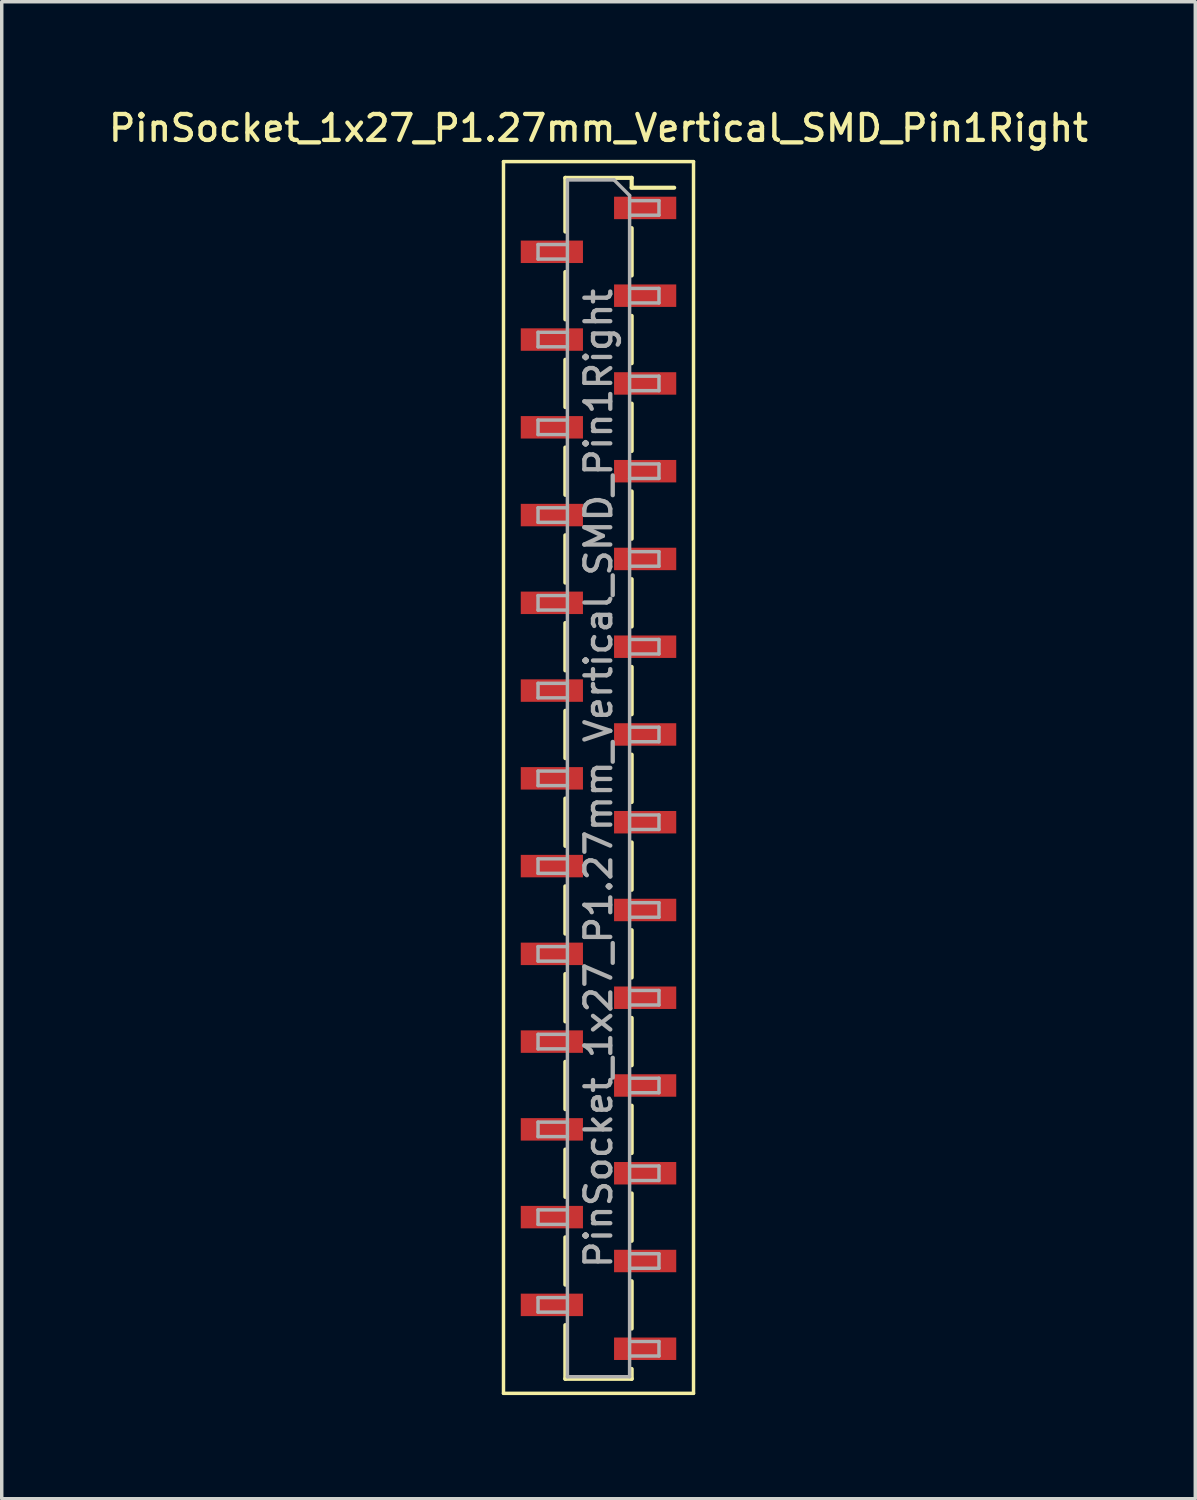
<source format=kicad_pcb>
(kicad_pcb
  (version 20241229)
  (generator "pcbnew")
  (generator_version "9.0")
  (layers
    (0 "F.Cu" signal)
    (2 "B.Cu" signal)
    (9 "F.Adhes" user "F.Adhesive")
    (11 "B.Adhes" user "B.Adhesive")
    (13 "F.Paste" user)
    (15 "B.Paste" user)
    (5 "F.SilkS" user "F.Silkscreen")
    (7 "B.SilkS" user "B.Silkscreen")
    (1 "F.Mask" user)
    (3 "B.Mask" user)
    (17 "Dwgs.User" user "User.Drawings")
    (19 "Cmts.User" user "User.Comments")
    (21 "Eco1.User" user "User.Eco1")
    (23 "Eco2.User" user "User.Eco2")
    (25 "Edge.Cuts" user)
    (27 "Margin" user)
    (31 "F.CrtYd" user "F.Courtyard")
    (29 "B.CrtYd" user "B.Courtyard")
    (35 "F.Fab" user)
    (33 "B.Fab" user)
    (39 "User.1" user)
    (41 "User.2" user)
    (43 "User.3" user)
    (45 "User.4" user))
  (footprint "PinSocket_1x27_P1.27mm_Vertical_SMD_Pin1Right"
    (layer "F.Cu")
    (at 14.273 19.478)
    (property "Reference" "PinSocket_1x27_P1.27mm_Vertical_SMD_Pin1Right" (at 0 -18.82 0) (layer "F.SilkS") (effects (font (size 0.75 0.75) (thickness 0.125))))
    (attr smd)
    (fp_line (start -2.75 -17.85) (end 2.75 -17.85) (stroke (width 0.1) (type solid)) (layer "F.SilkS"))
    (fp_line (start -2.75 17.8) (end -2.75 -17.85) (stroke (width 0.1) (type solid)) (layer "F.SilkS"))
    (fp_line (start -0.96 -17.38) (end -0.96 -15.825) (stroke (width 0.12) (type solid)) (layer "F.SilkS"))
    (fp_line (start -0.96 -17.38) (end 0.96 -17.38) (stroke (width 0.12) (type solid)) (layer "F.SilkS"))
    (fp_line (start -0.96 -14.655) (end -0.96 -13.285) (stroke (width 0.12) (type solid)) (layer "F.SilkS"))
    (fp_line (start -0.96 -12.115) (end -0.96 -10.745) (stroke (width 0.12) (type solid)) (layer "F.SilkS"))
    (fp_line (start -0.96 -9.575) (end -0.96 -8.205) (stroke (width 0.12) (type solid)) (layer "F.SilkS"))
    (fp_line (start -0.96 -7.035) (end -0.96 -5.665) (stroke (width 0.12) (type solid)) (layer "F.SilkS"))
    (fp_line (start -0.96 -4.495) (end -0.96 -3.125) (stroke (width 0.12) (type solid)) (layer "F.SilkS"))
    (fp_line (start -0.96 -1.955) (end -0.96 -0.585) (stroke (width 0.12) (type solid)) (layer "F.SilkS"))
    (fp_line (start -0.96 0.585) (end -0.96 1.955) (stroke (width 0.12) (type solid)) (layer "F.SilkS"))
    (fp_line (start -0.96 3.125) (end -0.96 4.495) (stroke (width 0.12) (type solid)) (layer "F.SilkS"))
    (fp_line (start -0.96 5.665) (end -0.96 7.035) (stroke (width 0.12) (type solid)) (layer "F.SilkS"))
    (fp_line (start -0.96 8.205) (end -0.96 9.575) (stroke (width 0.12) (type solid)) (layer "F.SilkS"))
    (fp_line (start -0.96 10.745) (end -0.96 12.115) (stroke (width 0.12) (type solid)) (layer "F.SilkS"))
    (fp_line (start -0.96 13.285) (end -0.96 14.655) (stroke (width 0.12) (type solid)) (layer "F.SilkS"))
    (fp_line (start -0.96 15.825) (end -0.96 17.38) (stroke (width 0.12) (type solid)) (layer "F.SilkS"))
    (fp_line (start -0.96 17.38) (end 0.96 17.38) (stroke (width 0.12) (type solid)) (layer "F.SilkS"))
    (fp_line (start 0.96 -17.38) (end 0.96 -17.095) (stroke (width 0.12) (type solid)) (layer "F.SilkS"))
    (fp_line (start 0.96 -17.095) (end 2.19 -17.095) (stroke (width 0.12) (type solid)) (layer "F.SilkS"))
    (fp_line (start 0.96 -15.925) (end 0.96 -14.555) (stroke (width 0.12) (type solid)) (layer "F.SilkS"))
    (fp_line (start 0.96 -13.385) (end 0.96 -12.015) (stroke (width 0.12) (type solid)) (layer "F.SilkS"))
    (fp_line (start 0.96 -10.845) (end 0.96 -9.475) (stroke (width 0.12) (type solid)) (layer "F.SilkS"))
    (fp_line (start 0.96 -8.305) (end 0.96 -6.935) (stroke (width 0.12) (type solid)) (layer "F.SilkS"))
    (fp_line (start 0.96 -5.765) (end 0.96 -4.395) (stroke (width 0.12) (type solid)) (layer "F.SilkS"))
    (fp_line (start 0.96 -3.225) (end 0.96 -1.855) (stroke (width 0.12) (type solid)) (layer "F.SilkS"))
    (fp_line (start 0.96 -0.685) (end 0.96 0.685) (stroke (width 0.12) (type solid)) (layer "F.SilkS"))
    (fp_line (start 0.96 1.855) (end 0.96 3.225) (stroke (width 0.12) (type solid)) (layer "F.SilkS"))
    (fp_line (start 0.96 4.395) (end 0.96 5.765) (stroke (width 0.12) (type solid)) (layer "F.SilkS"))
    (fp_line (start 0.96 6.935) (end 0.96 8.305) (stroke (width 0.12) (type solid)) (layer "F.SilkS"))
    (fp_line (start 0.96 9.475) (end 0.96 10.845) (stroke (width 0.12) (type solid)) (layer "F.SilkS"))
    (fp_line (start 0.96 12.015) (end 0.96 13.385) (stroke (width 0.12) (type solid)) (layer "F.SilkS"))
    (fp_line (start 0.96 14.555) (end 0.96 15.925) (stroke (width 0.12) (type solid)) (layer "F.SilkS"))
    (fp_line (start 0.96 17.095) (end 0.96 17.38) (stroke (width 0.12) (type solid)) (layer "F.SilkS"))
    (fp_line (start 2.75 -17.85) (end 2.75 17.8) (stroke (width 0.1) (type solid)) (layer "F.SilkS"))
    (fp_line (start 2.75 17.8) (end -2.75 17.8) (stroke (width 0.1) (type solid)) (layer "F.SilkS"))
    (fp_line (start -1.75 -15.45) (end -0.9 -15.45) (stroke (width 0.1) (type solid)) (layer "F.Fab"))
    (fp_line (start -1.75 -15.03) (end -1.75 -15.45) (stroke (width 0.1) (type solid)) (layer "F.Fab"))
    (fp_line (start -1.75 -12.91) (end -0.9 -12.91) (stroke (width 0.1) (type solid)) (layer "F.Fab"))
    (fp_line (start -1.75 -12.49) (end -1.75 -12.91) (stroke (width 0.1) (type solid)) (layer "F.Fab"))
    (fp_line (start -1.75 -10.37) (end -0.9 -10.37) (stroke (width 0.1) (type solid)) (layer "F.Fab"))
    (fp_line (start -1.75 -9.95) (end -1.75 -10.37) (stroke (width 0.1) (type solid)) (layer "F.Fab"))
    (fp_line (start -1.75 -7.83) (end -0.9 -7.83) (stroke (width 0.1) (type solid)) (layer "F.Fab"))
    (fp_line (start -1.75 -7.41) (end -1.75 -7.83) (stroke (width 0.1) (type solid)) (layer "F.Fab"))
    (fp_line (start -1.75 -5.29) (end -0.9 -5.29) (stroke (width 0.1) (type solid)) (layer "F.Fab"))
    (fp_line (start -1.75 -4.87) (end -1.75 -5.29) (stroke (width 0.1) (type solid)) (layer "F.Fab"))
    (fp_line (start -1.75 -2.75) (end -0.9 -2.75) (stroke (width 0.1) (type solid)) (layer "F.Fab"))
    (fp_line (start -1.75 -2.33) (end -1.75 -2.75) (stroke (width 0.1) (type solid)) (layer "F.Fab"))
    (fp_line (start -1.75 -0.21) (end -0.9 -0.21) (stroke (width 0.1) (type solid)) (layer "F.Fab"))
    (fp_line (start -1.75 0.21) (end -1.75 -0.21) (stroke (width 0.1) (type solid)) (layer "F.Fab"))
    (fp_line (start -1.75 2.33) (end -0.9 2.33) (stroke (width 0.1) (type solid)) (layer "F.Fab"))
    (fp_line (start -1.75 2.75) (end -1.75 2.33) (stroke (width 0.1) (type solid)) (layer "F.Fab"))
    (fp_line (start -1.75 4.87) (end -0.9 4.87) (stroke (width 0.1) (type solid)) (layer "F.Fab"))
    (fp_line (start -1.75 5.29) (end -1.75 4.87) (stroke (width 0.1) (type solid)) (layer "F.Fab"))
    (fp_line (start -1.75 7.41) (end -0.9 7.41) (stroke (width 0.1) (type solid)) (layer "F.Fab"))
    (fp_line (start -1.75 7.83) (end -1.75 7.41) (stroke (width 0.1) (type solid)) (layer "F.Fab"))
    (fp_line (start -1.75 9.95) (end -0.9 9.95) (stroke (width 0.1) (type solid)) (layer "F.Fab"))
    (fp_line (start -1.75 10.37) (end -1.75 9.95) (stroke (width 0.1) (type solid)) (layer "F.Fab"))
    (fp_line (start -1.75 12.49) (end -0.9 12.49) (stroke (width 0.1) (type solid)) (layer "F.Fab"))
    (fp_line (start -1.75 12.91) (end -1.75 12.49) (stroke (width 0.1) (type solid)) (layer "F.Fab"))
    (fp_line (start -1.75 15.03) (end -0.9 15.03) (stroke (width 0.1) (type solid)) (layer "F.Fab"))
    (fp_line (start -1.75 15.45) (end -1.75 15.03) (stroke (width 0.1) (type solid)) (layer "F.Fab"))
    (fp_line (start -0.9 -17.32) (end 0.45 -17.32) (stroke (width 0.1) (type solid)) (layer "F.Fab"))
    (fp_line (start -0.9 -15.03) (end -1.75 -15.03) (stroke (width 0.1) (type solid)) (layer "F.Fab"))
    (fp_line (start -0.9 -12.49) (end -1.75 -12.49) (stroke (width 0.1) (type solid)) (layer "F.Fab"))
    (fp_line (start -0.9 -9.95) (end -1.75 -9.95) (stroke (width 0.1) (type solid)) (layer "F.Fab"))
    (fp_line (start -0.9 -7.41) (end -1.75 -7.41) (stroke (width 0.1) (type solid)) (layer "F.Fab"))
    (fp_line (start -0.9 -4.87) (end -1.75 -4.87) (stroke (width 0.1) (type solid)) (layer "F.Fab"))
    (fp_line (start -0.9 -2.33) (end -1.75 -2.33) (stroke (width 0.1) (type solid)) (layer "F.Fab"))
    (fp_line (start -0.9 0.21) (end -1.75 0.21) (stroke (width 0.1) (type solid)) (layer "F.Fab"))
    (fp_line (start -0.9 2.75) (end -1.75 2.75) (stroke (width 0.1) (type solid)) (layer "F.Fab"))
    (fp_line (start -0.9 5.29) (end -1.75 5.29) (stroke (width 0.1) (type solid)) (layer "F.Fab"))
    (fp_line (start -0.9 7.83) (end -1.75 7.83) (stroke (width 0.1) (type solid)) (layer "F.Fab"))
    (fp_line (start -0.9 10.37) (end -1.75 10.37) (stroke (width 0.1) (type solid)) (layer "F.Fab"))
    (fp_line (start -0.9 12.91) (end -1.75 12.91) (stroke (width 0.1) (type solid)) (layer "F.Fab"))
    (fp_line (start -0.9 15.45) (end -1.75 15.45) (stroke (width 0.1) (type solid)) (layer "F.Fab"))
    (fp_line (start -0.9 17.32) (end -0.9 -17.32) (stroke (width 0.1) (type solid)) (layer "F.Fab"))
    (fp_line (start 0.45 -17.32) (end 0.9 -16.87) (stroke (width 0.1) (type solid)) (layer "F.Fab"))
    (fp_line (start 0.9 -16.87) (end 0.9 17.32) (stroke (width 0.1) (type solid)) (layer "F.Fab"))
    (fp_line (start 0.9 -16.72) (end 1.75 -16.72) (stroke (width 0.1) (type solid)) (layer "F.Fab"))
    (fp_line (start 0.9 -14.18) (end 1.75 -14.18) (stroke (width 0.1) (type solid)) (layer "F.Fab"))
    (fp_line (start 0.9 -11.64) (end 1.75 -11.64) (stroke (width 0.1) (type solid)) (layer "F.Fab"))
    (fp_line (start 0.9 -9.1) (end 1.75 -9.1) (stroke (width 0.1) (type solid)) (layer "F.Fab"))
    (fp_line (start 0.9 -6.56) (end 1.75 -6.56) (stroke (width 0.1) (type solid)) (layer "F.Fab"))
    (fp_line (start 0.9 -4.02) (end 1.75 -4.02) (stroke (width 0.1) (type solid)) (layer "F.Fab"))
    (fp_line (start 0.9 -1.48) (end 1.75 -1.48) (stroke (width 0.1) (type solid)) (layer "F.Fab"))
    (fp_line (start 0.9 1.06) (end 1.75 1.06) (stroke (width 0.1) (type solid)) (layer "F.Fab"))
    (fp_line (start 0.9 3.6) (end 1.75 3.6) (stroke (width 0.1) (type solid)) (layer "F.Fab"))
    (fp_line (start 0.9 6.14) (end 1.75 6.14) (stroke (width 0.1) (type solid)) (layer "F.Fab"))
    (fp_line (start 0.9 8.68) (end 1.75 8.68) (stroke (width 0.1) (type solid)) (layer "F.Fab"))
    (fp_line (start 0.9 11.22) (end 1.75 11.22) (stroke (width 0.1) (type solid)) (layer "F.Fab"))
    (fp_line (start 0.9 13.76) (end 1.75 13.76) (stroke (width 0.1) (type solid)) (layer "F.Fab"))
    (fp_line (start 0.9 16.3) (end 1.75 16.3) (stroke (width 0.1) (type solid)) (layer "F.Fab"))
    (fp_line (start 0.9 17.32) (end -0.9 17.32) (stroke (width 0.1) (type solid)) (layer "F.Fab"))
    (fp_line (start 1.75 -16.72) (end 1.75 -16.3) (stroke (width 0.1) (type solid)) (layer "F.Fab"))
    (fp_line (start 1.75 -16.3) (end 0.9 -16.3) (stroke (width 0.1) (type solid)) (layer "F.Fab"))
    (fp_line (start 1.75 -14.18) (end 1.75 -13.76) (stroke (width 0.1) (type solid)) (layer "F.Fab"))
    (fp_line (start 1.75 -13.76) (end 0.9 -13.76) (stroke (width 0.1) (type solid)) (layer "F.Fab"))
    (fp_line (start 1.75 -11.64) (end 1.75 -11.22) (stroke (width 0.1) (type solid)) (layer "F.Fab"))
    (fp_line (start 1.75 -11.22) (end 0.9 -11.22) (stroke (width 0.1) (type solid)) (layer "F.Fab"))
    (fp_line (start 1.75 -9.1) (end 1.75 -8.68) (stroke (width 0.1) (type solid)) (layer "F.Fab"))
    (fp_line (start 1.75 -8.68) (end 0.9 -8.68) (stroke (width 0.1) (type solid)) (layer "F.Fab"))
    (fp_line (start 1.75 -6.56) (end 1.75 -6.14) (stroke (width 0.1) (type solid)) (layer "F.Fab"))
    (fp_line (start 1.75 -6.14) (end 0.9 -6.14) (stroke (width 0.1) (type solid)) (layer "F.Fab"))
    (fp_line (start 1.75 -4.02) (end 1.75 -3.6) (stroke (width 0.1) (type solid)) (layer "F.Fab"))
    (fp_line (start 1.75 -3.6) (end 0.9 -3.6) (stroke (width 0.1) (type solid)) (layer "F.Fab"))
    (fp_line (start 1.75 -1.48) (end 1.75 -1.06) (stroke (width 0.1) (type solid)) (layer "F.Fab"))
    (fp_line (start 1.75 -1.06) (end 0.9 -1.06) (stroke (width 0.1) (type solid)) (layer "F.Fab"))
    (fp_line (start 1.75 1.06) (end 1.75 1.48) (stroke (width 0.1) (type solid)) (layer "F.Fab"))
    (fp_line (start 1.75 1.48) (end 0.9 1.48) (stroke (width 0.1) (type solid)) (layer "F.Fab"))
    (fp_line (start 1.75 3.6) (end 1.75 4.02) (stroke (width 0.1) (type solid)) (layer "F.Fab"))
    (fp_line (start 1.75 4.02) (end 0.9 4.02) (stroke (width 0.1) (type solid)) (layer "F.Fab"))
    (fp_line (start 1.75 6.14) (end 1.75 6.56) (stroke (width 0.1) (type solid)) (layer "F.Fab"))
    (fp_line (start 1.75 6.56) (end 0.9 6.56) (stroke (width 0.1) (type solid)) (layer "F.Fab"))
    (fp_line (start 1.75 8.68) (end 1.75 9.1) (stroke (width 0.1) (type solid)) (layer "F.Fab"))
    (fp_line (start 1.75 9.1) (end 0.9 9.1) (stroke (width 0.1) (type solid)) (layer "F.Fab"))
    (fp_line (start 1.75 11.22) (end 1.75 11.64) (stroke (width 0.1) (type solid)) (layer "F.Fab"))
    (fp_line (start 1.75 11.64) (end 0.9 11.64) (stroke (width 0.1) (type solid)) (layer "F.Fab"))
    (fp_line (start 1.75 13.76) (end 1.75 14.18) (stroke (width 0.1) (type solid)) (layer "F.Fab"))
    (fp_line (start 1.75 14.18) (end 0.9 14.18) (stroke (width 0.1) (type solid)) (layer "F.Fab"))
    (fp_line (start 1.75 16.3) (end 1.75 16.72) (stroke (width 0.1) (type solid)) (layer "F.Fab"))
    (fp_line (start 1.75 16.72) (end 0.9 16.72) (stroke (width 0.1) (type solid)) (layer "F.Fab"))
    (fp_text user "${REFERENCE}" (at 0 0 90) (layer "F.Fab") (effects (font (size 0.75 0.75) (thickness 0.125))))
    (pad "1" smd rect (at 1.35 -16.51) (size 1.8 0.65) (layers "F.Cu" "F.Mask" "F.Paste"))
    (pad "2" smd rect (at -1.35 -15.24) (size 1.8 0.65) (layers "F.Cu" "F.Mask" "F.Paste"))
    (pad "3" smd rect (at 1.35 -13.97) (size 1.8 0.65) (layers "F.Cu" "F.Mask" "F.Paste"))
    (pad "4" smd rect (at -1.35 -12.7) (size 1.8 0.65) (layers "F.Cu" "F.Mask" "F.Paste"))
    (pad "5" smd rect (at 1.35 -11.43) (size 1.8 0.65) (layers "F.Cu" "F.Mask" "F.Paste"))
    (pad "6" smd rect (at -1.35 -10.16) (size 1.8 0.65) (layers "F.Cu" "F.Mask" "F.Paste"))
    (pad "7" smd rect (at 1.35 -8.89) (size 1.8 0.65) (layers "F.Cu" "F.Mask" "F.Paste"))
    (pad "8" smd rect (at -1.35 -7.62) (size 1.8 0.65) (layers "F.Cu" "F.Mask" "F.Paste"))
    (pad "9" smd rect (at 1.35 -6.35) (size 1.8 0.65) (layers "F.Cu" "F.Mask" "F.Paste"))
    (pad "10" smd rect (at -1.35 -5.08) (size 1.8 0.65) (layers "F.Cu" "F.Mask" "F.Paste"))
    (pad "11" smd rect (at 1.35 -3.81) (size 1.8 0.65) (layers "F.Cu" "F.Mask" "F.Paste"))
    (pad "12" smd rect (at -1.35 -2.54) (size 1.8 0.65) (layers "F.Cu" "F.Mask" "F.Paste"))
    (pad "13" smd rect (at 1.35 -1.27) (size 1.8 0.65) (layers "F.Cu" "F.Mask" "F.Paste"))
    (pad "14" smd rect (at -1.35 0) (size 1.8 0.65) (layers "F.Cu" "F.Mask" "F.Paste"))
    (pad "15" smd rect (at 1.35 1.27) (size 1.8 0.65) (layers "F.Cu" "F.Mask" "F.Paste"))
    (pad "16" smd rect (at -1.35 2.54) (size 1.8 0.65) (layers "F.Cu" "F.Mask" "F.Paste"))
    (pad "17" smd rect (at 1.35 3.81) (size 1.8 0.65) (layers "F.Cu" "F.Mask" "F.Paste"))
    (pad "18" smd rect (at -1.35 5.08) (size 1.8 0.65) (layers "F.Cu" "F.Mask" "F.Paste"))
    (pad "19" smd rect (at 1.35 6.35) (size 1.8 0.65) (layers "F.Cu" "F.Mask" "F.Paste"))
    (pad "20" smd rect (at -1.35 7.62) (size 1.8 0.65) (layers "F.Cu" "F.Mask" "F.Paste"))
    (pad "21" smd rect (at 1.35 8.89) (size 1.8 0.65) (layers "F.Cu" "F.Mask" "F.Paste"))
    (pad "22" smd rect (at -1.35 10.16) (size 1.8 0.65) (layers "F.Cu" "F.Mask" "F.Paste"))
    (pad "23" smd rect (at 1.35 11.43) (size 1.8 0.65) (layers "F.Cu" "F.Mask" "F.Paste"))
    (pad "24" smd rect (at -1.35 12.7) (size 1.8 0.65) (layers "F.Cu" "F.Mask" "F.Paste"))
    (pad "25" smd rect (at 1.35 13.97) (size 1.8 0.65) (layers "F.Cu" "F.Mask" "F.Paste"))
    (pad "26" smd rect (at -1.35 15.24) (size 1.8 0.65) (layers "F.Cu" "F.Mask" "F.Paste"))
    (pad "27" smd rect (at 1.35 16.51) (size 1.8 0.65) (layers "F.Cu" "F.Mask" "F.Paste")))
  (gr_rect
    (start -3 -3)
    (end 31.546 40.328)
    (stroke (width 0.1) (type default))
    (fill no)
    (layer "Edge.Cuts")))
</source>
